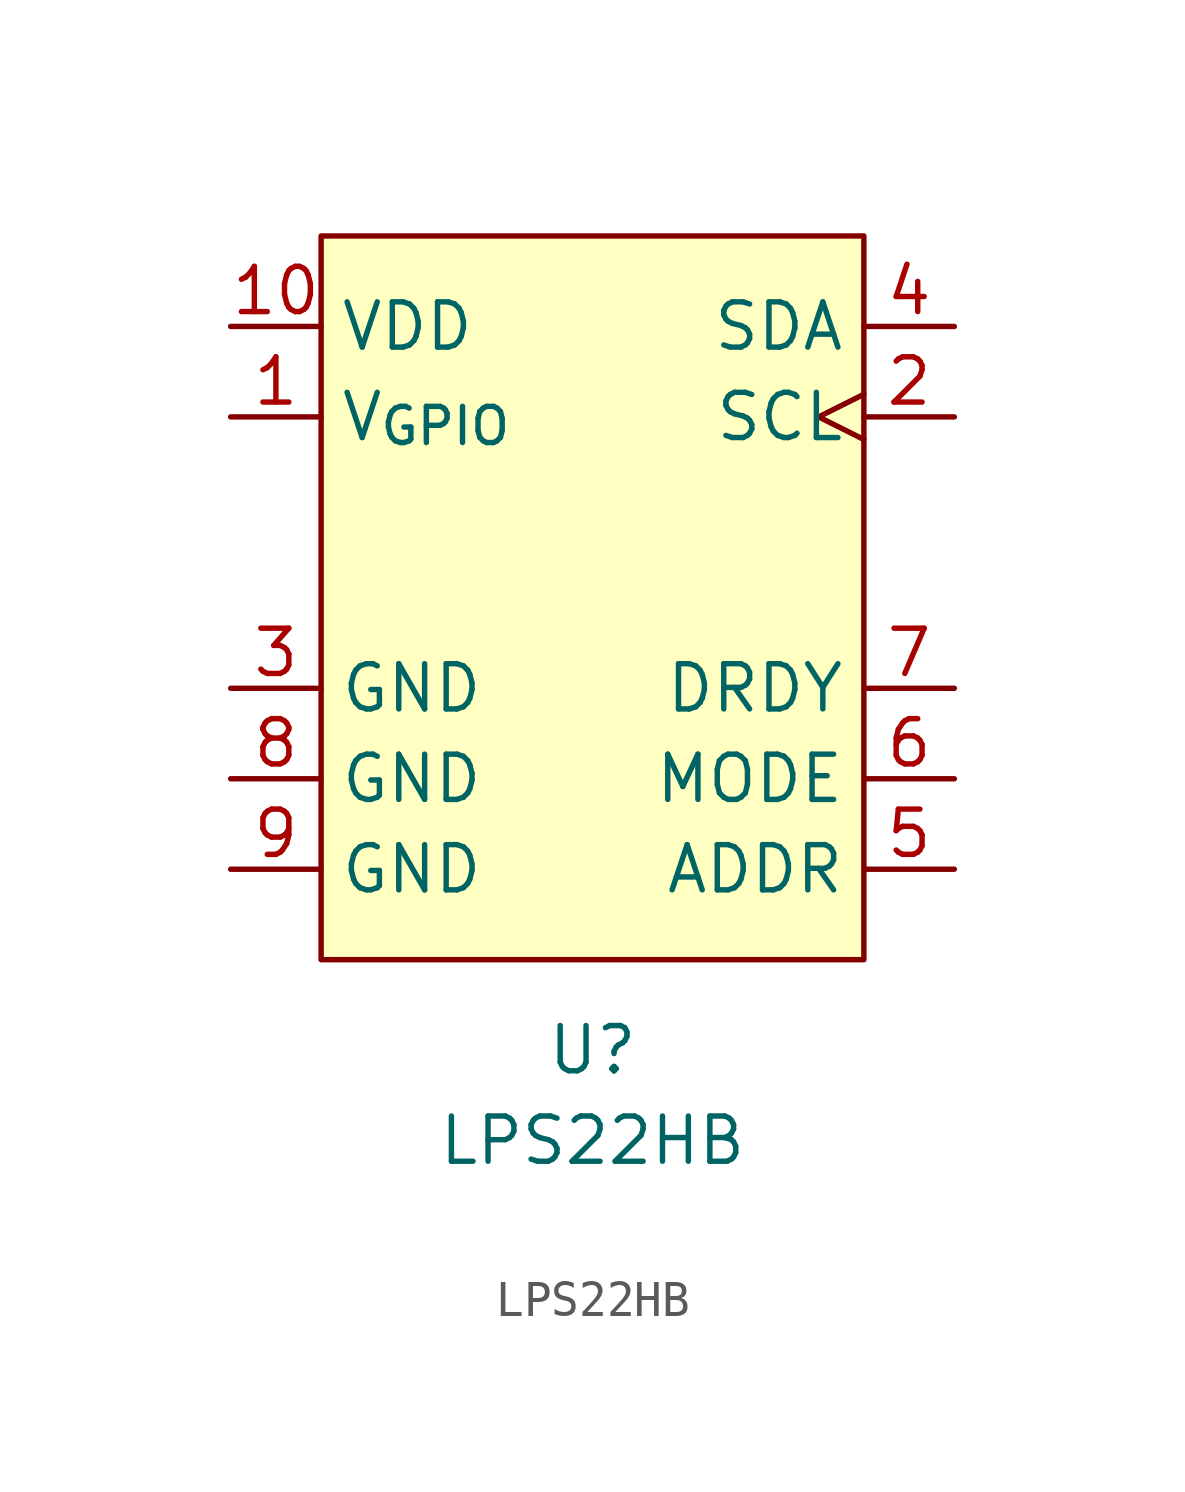
<source format=kicad_sym>
(kicad_symbol_lib
  (version 20211014)
  (generator kicad_symbol_editor)
  (symbol "LPS22HB"
    (property "Reference" "U"
      (at 0 -12.7 0)
      (effects (font (size 1.27 1.27))))
    (property "Value" "LPS22HB"
      (at 0 -15.24 0)
      (effects (font (size 1.27 1.27))))
    (symbol "LPS22HB_0_1"
      (rectangle (start -7.62 10.16) (end 7.62 -10.16) (stroke (width 0) (type default) (color 0 0 0 0)) (fill (type background))))
    (symbol "LPS22HB_1_1"
      (pin power_in line (at -10.16 5.08 0) (length 2.54) (name "V_{GPIO}" (effects (font (size 1.27 1.27)))) (number "1" (effects (font (size 1.27 1.27)))))
      (pin power_in line (at -10.16 7.62 0) (length 2.54) (name "VDD" (effects (font (size 1.27 1.27)))) (number "10" (effects (font (size 1.27 1.27)))))
      (pin input clock (at 10.16 5.08 180) (length 2.54) (name "SCL" (effects (font (size 1.27 1.27)))) (number "2" (effects (font (size 1.27 1.27)))))
      (pin passive line (at -10.16 -2.54 0) (length 2.54) (name "GND" (effects (font (size 1.27 1.27)))) (number "3" (effects (font (size 1.27 1.27)))))
      (pin bidirectional line (at 10.16 7.62 180) (length 2.54) (name "SDA" (effects (font (size 1.27 1.27)))) (number "4" (effects (font (size 1.27 1.27)))))
      (pin input line (at 10.16 -7.62 180) (length 2.54) (name "ADDR" (effects (font (size 1.27 1.27)))) (number "5" (effects (font (size 1.27 1.27)))))
      (pin input line (at 10.16 -5.08 180) (length 2.54) (name "MODE" (effects (font (size 1.27 1.27)))) (number "6" (effects (font (size 1.27 1.27)))))
      (pin bidirectional line (at 10.16 -2.54 180) (length 2.54) (name "DRDY" (effects (font (size 1.27 1.27)))) (number "7" (effects (font (size 1.27 1.27)))))
      (pin passive line (at -10.16 -5.08 0) (length 2.54) (name "GND" (effects (font (size 1.27 1.27)))) (number "8" (effects (font (size 1.27 1.27)))))
      (pin passive line (at -10.16 -7.62 0) (length 2.54) (name "GND" (effects (font (size 1.27 1.27)))) (number "9" (effects (font (size 1.27 1.27))))))))
</source>
